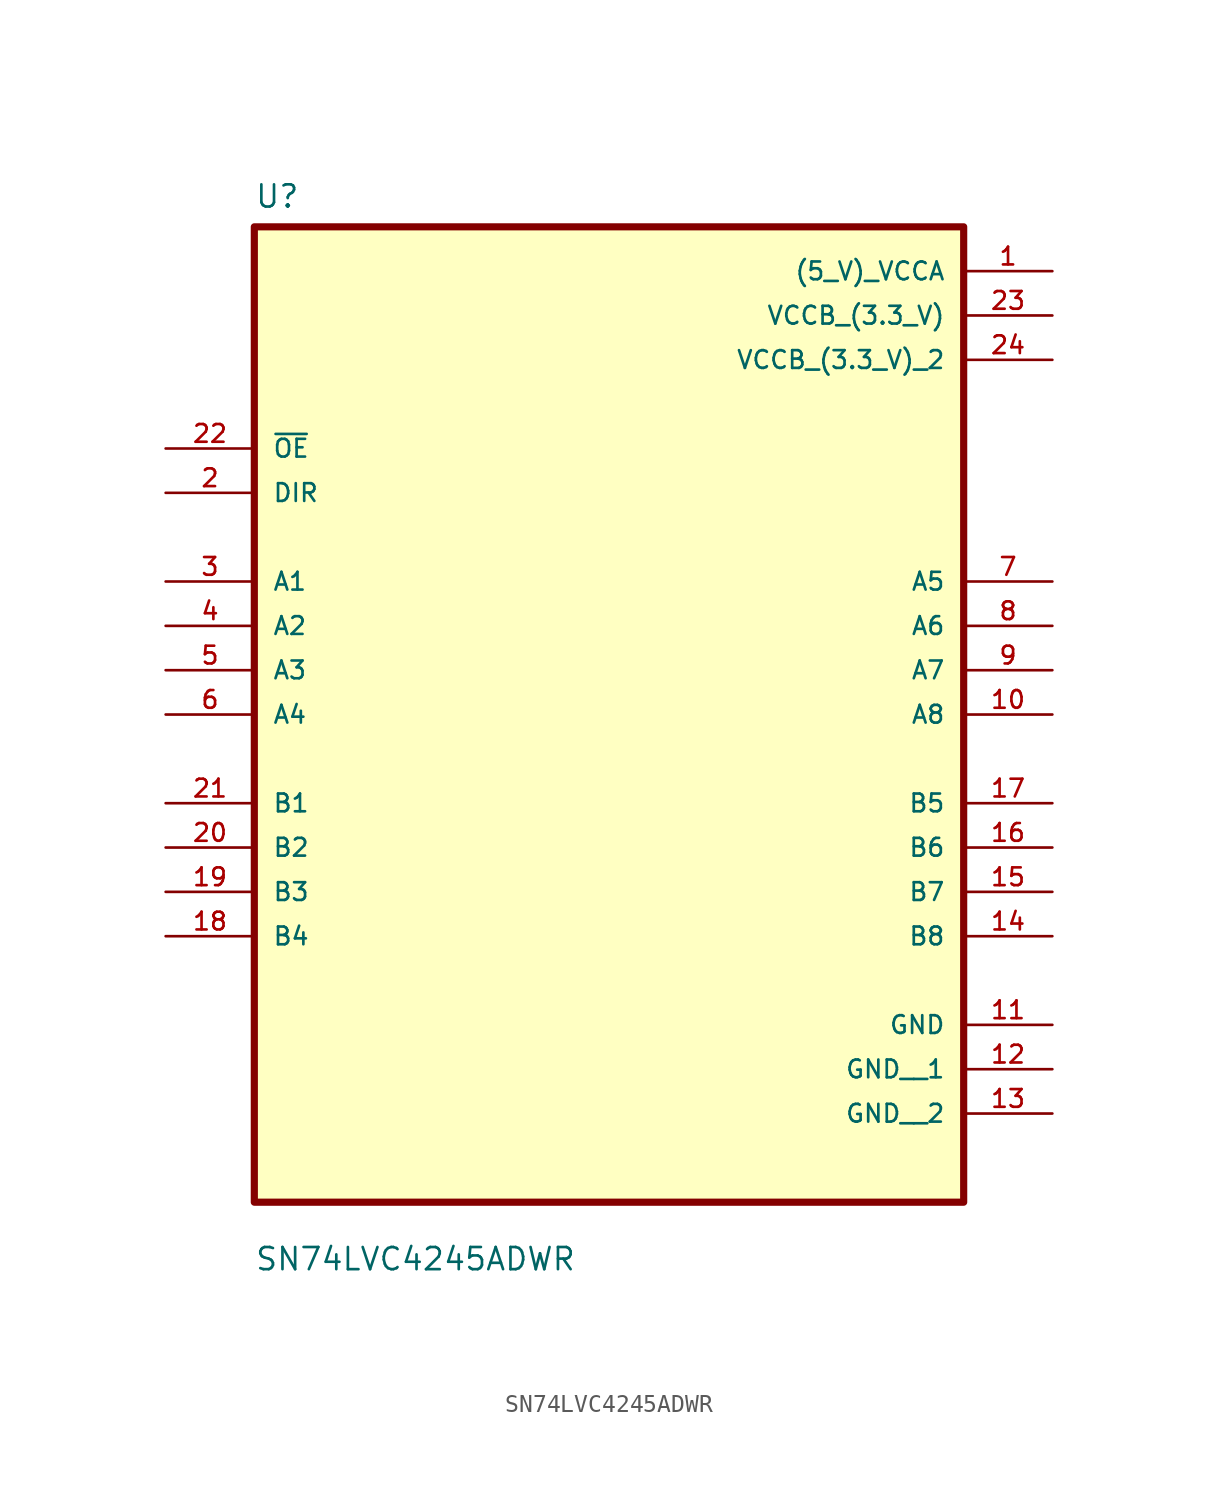
<source format=kicad_sym>
(kicad_symbol_lib
  (version 20211014)
  (generator kicad_symbol_editor)
  (symbol "SN74LVC4245ADWR"
    (pin_names
      (offset 1.016))
    (property "Reference" "U"
      (at -20.32 26.4 0.0)
      (effects (font (size 1.27 1.27)) (justify bottom left)))
    (property "Value" "SN74LVC4245ADWR"
      (at -20.32 -34.48 0.0)
      (effects (font (size 1.27 1.27)) (justify bottom left)))
    (symbol "SN74LVC4245ADWR_0_0"
      (rectangle (start -20.32 -30.48) (end 20.32 25.4) (stroke (width 0.41)) (fill (type background)))
      (pin input line (at -25.4 12.7 0) (length 5.08) (name "~{OE}" (effects (font (size 1.016 1.016)))) (number "22" (effects (font (size 1.016 1.016)))))
      (pin input line (at -25.4 10.16 0) (length 5.08) (name "DIR" (effects (font (size 1.016 1.016)))) (number "2" (effects (font (size 1.016 1.016)))))
      (pin bidirectional line (at -25.4 5.08 0) (length 5.08) (name "A1" (effects (font (size 1.016 1.016)))) (number "3" (effects (font (size 1.016 1.016)))))
      (pin bidirectional line (at -25.4 2.54 0) (length 5.08) (name "A2" (effects (font (size 1.016 1.016)))) (number "4" (effects (font (size 1.016 1.016)))))
      (pin bidirectional line (at -25.4 0.0 0) (length 5.08) (name "A3" (effects (font (size 1.016 1.016)))) (number "5" (effects (font (size 1.016 1.016)))))
      (pin bidirectional line (at -25.4 -2.54 0) (length 5.08) (name "A4" (effects (font (size 1.016 1.016)))) (number "6" (effects (font (size 1.016 1.016)))))
      (pin bidirectional line (at -25.4 -7.62 0) (length 5.08) (name "B1" (effects (font (size 1.016 1.016)))) (number "21" (effects (font (size 1.016 1.016)))))
      (pin bidirectional line (at -25.4 -10.16 0) (length 5.08) (name "B2" (effects (font (size 1.016 1.016)))) (number "20" (effects (font (size 1.016 1.016)))))
      (pin bidirectional line (at -25.4 -12.7 0) (length 5.08) (name "B3" (effects (font (size 1.016 1.016)))) (number "19" (effects (font (size 1.016 1.016)))))
      (pin bidirectional line (at -25.4 -15.24 0) (length 5.08) (name "B4" (effects (font (size 1.016 1.016)))) (number "18" (effects (font (size 1.016 1.016)))))
      (pin power_in line (at 25.4 22.86 180.0) (length 5.08) (name "(5_V)_VCCA" (effects (font (size 1.016 1.016)))) (number "1" (effects (font (size 1.016 1.016)))))
      (pin power_in line (at 25.4 20.32 180.0) (length 5.08) (name "VCCB_(3.3_V)" (effects (font (size 1.016 1.016)))) (number "23" (effects (font (size 1.016 1.016)))))
      (pin power_in line (at 25.4 17.78 180.0) (length 5.08) (name "VCCB_(3.3_V)_2" (effects (font (size 1.016 1.016)))) (number "24" (effects (font (size 1.016 1.016)))))
      (pin bidirectional line (at 25.4 5.08 180.0) (length 5.08) (name "A5" (effects (font (size 1.016 1.016)))) (number "7" (effects (font (size 1.016 1.016)))))
      (pin bidirectional line (at 25.4 2.54 180.0) (length 5.08) (name "A6" (effects (font (size 1.016 1.016)))) (number "8" (effects (font (size 1.016 1.016)))))
      (pin bidirectional line (at 25.4 8.88178e-16 180.0) (length 5.08) (name "A7" (effects (font (size 1.016 1.016)))) (number "9" (effects (font (size 1.016 1.016)))))
      (pin bidirectional line (at 25.4 -2.54 180.0) (length 5.08) (name "A8" (effects (font (size 1.016 1.016)))) (number "10" (effects (font (size 1.016 1.016)))))
      (pin bidirectional line (at 25.4 -7.62 180.0) (length 5.08) (name "B5" (effects (font (size 1.016 1.016)))) (number "17" (effects (font (size 1.016 1.016)))))
      (pin bidirectional line (at 25.4 -10.16 180.0) (length 5.08) (name "B6" (effects (font (size 1.016 1.016)))) (number "16" (effects (font (size 1.016 1.016)))))
      (pin bidirectional line (at 25.4 -12.7 180.0) (length 5.08) (name "B7" (effects (font (size 1.016 1.016)))) (number "15" (effects (font (size 1.016 1.016)))))
      (pin bidirectional line (at 25.4 -15.24 180.0) (length 5.08) (name "B8" (effects (font (size 1.016 1.016)))) (number "14" (effects (font (size 1.016 1.016)))))
      (pin power_in line (at 25.4 -20.32 180.0) (length 5.08) (name "GND" (effects (font (size 1.016 1.016)))) (number "11" (effects (font (size 1.016 1.016)))))
      (pin power_in line (at 25.4 -22.86 180.0) (length 5.08) (name "GND__1" (effects (font (size 1.016 1.016)))) (number "12" (effects (font (size 1.016 1.016)))))
      (pin power_in line (at 25.4 -25.4 180.0) (length 5.08) (name "GND__2" (effects (font (size 1.016 1.016)))) (number "13" (effects (font (size 1.016 1.016))))))))
</source>
